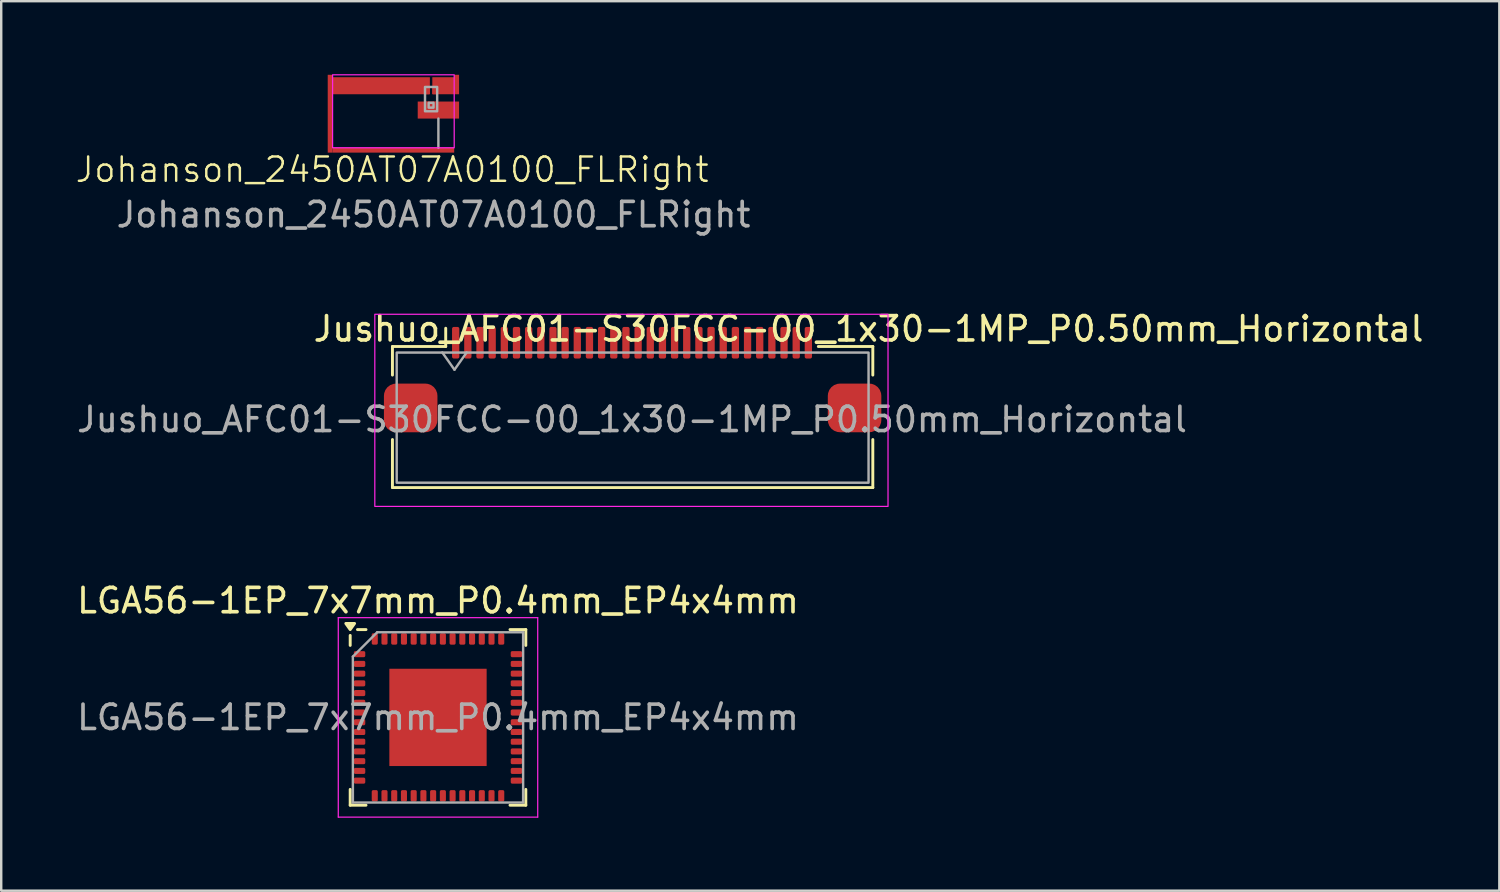
<source format=kicad_pcb>
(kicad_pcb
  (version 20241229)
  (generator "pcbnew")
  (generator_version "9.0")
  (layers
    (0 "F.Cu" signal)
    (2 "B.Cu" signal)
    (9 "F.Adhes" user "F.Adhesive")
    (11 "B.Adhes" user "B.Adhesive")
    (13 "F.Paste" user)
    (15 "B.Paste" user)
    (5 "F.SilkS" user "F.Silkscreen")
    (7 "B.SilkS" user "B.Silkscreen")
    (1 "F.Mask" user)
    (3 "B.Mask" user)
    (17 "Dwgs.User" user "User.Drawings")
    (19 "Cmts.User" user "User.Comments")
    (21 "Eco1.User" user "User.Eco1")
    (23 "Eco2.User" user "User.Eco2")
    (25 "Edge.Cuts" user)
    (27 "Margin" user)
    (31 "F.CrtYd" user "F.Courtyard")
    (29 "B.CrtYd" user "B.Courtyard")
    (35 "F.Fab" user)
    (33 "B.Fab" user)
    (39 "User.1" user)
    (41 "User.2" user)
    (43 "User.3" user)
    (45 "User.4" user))
  (footprint "Johanson_2450AT07A0100_FLRight"
    (layer "F.Cu")
    (at 14.674 1.025)
    (property "Reference" "Johanson_2450AT07A0100_FLRight" (at -1.6 2.9 0) (unlocked yes) (layer "F.SilkS") (effects (font (size 1 1) (thickness 0.1))))
    (attr smd)
    (fp_rect (start 0.95 -1) (end -4.05 2) (stroke (width 0.05) (type default)) (fill no) (layer "F.CrtYd"))
    (fp_line (start 0.3 0.8) (end 0.3 2) (stroke (width 0.1) (type default)) (layer "F.Fab"))
    (fp_rect (start -0.25 -0.5) (end 0.25 0.5) (stroke (width 0.1) (type default)) (fill no) (layer "F.Fab"))
    (fp_rect (start -0.1 0.15) (end 0.1 0.35) (stroke (width 0.1) (type default)) (fill no) (layer "F.Fab"))
    (fp_text user "${REFERENCE}" (at 0.1 4.75 0) (unlocked yes) (layer "F.Fab") (effects (font (size 1 1) (thickness 0.15))))
    (pad "1" smd roundrect (at -0.17 0.25) (size 0.24 0.3) (layers "F.Cu" "F.Mask" "F.Paste") (roundrect_rratio 0.15))
    (pad "1" smd roundrect (at 0.17 0.25) (size 0.24 0.3) (layers "F.Cu" "F.Mask" "F.Paste") (roundrect_rratio 0.15))
    (pad "1" smd rect (at 0.2 0.45) (size 1.5 0.7) (layers "F.Cu"))
    (pad "1" smd rect (at 1.05 0.45) (size 0.2 0.7) (layers "F.Cu"))
    (pad "2" smd rect (at -4.15 0.6 180) (size 0.2 3.2) (layers "F.Cu"))
    (pad "2" smd rect (at -2.05 -0.55) (size 4 0.7) (layers "F.Cu"))
    (pad "2" smd rect (at -1.55 2.1 90) (size 0.2 5) (layers "F.Cu"))
    (pad "2" smd roundrect (at -0.17 -0.35) (size 0.24 0.3) (layers "F.Cu" "F.Mask" "F.Paste") (roundrect_rratio 0.15))
    (pad "2" smd roundrect (at 0.17 -0.35) (size 0.24 0.3) (layers "F.Cu" "F.Mask" "F.Paste") (roundrect_rratio 0.15))
    (pad "2" smd rect (at 0.5 -0.55) (size 0.9 0.7) (layers "F.Cu"))
    (pad "2" smd rect (at 1.05 -0.6) (size 0.2 0.8) (layers "F.Cu"))
    (zone (net_name "") (layers "F.Cu" "B.Cu" "F.CrtYd") (hatch edge 0.5) (connect_pads) (min_thickness 0.25) (filled_areas_thickness no) (keepout (tracks allowed) (vias allowed) (pads allowed) (copperpour not_allowed) (footprints allowed)) (placement (enabled no)) (fill) (polygon (pts (xy 10.624 0.025) (xy 15.624 0.025) (xy 15.624 3.025) (xy 10.624 3.025)))))
  (footprint "LGA56-1EP_7x7mm_P0.4mm_EP4x4mm"
    (layer "F.Cu")
    (at 14.958 26.445)
    (property "Reference" "LGA56-1EP_7x7mm_P0.4mm_EP4x4mm" (at 0 -4.8 0) (layer "F.SilkS") (effects (font (size 1 1) (thickness 0.15))))
    (attr smd)
    (fp_line (start -3.61 -2.96) (end -3.61 -3.37) (stroke (width 0.12) (type solid)) (layer "F.SilkS"))
    (fp_line (start -3.61 3.61) (end -3.61 2.96) (stroke (width 0.12) (type solid)) (layer "F.SilkS"))
    (fp_line (start -2.96 -3.61) (end -3.31 -3.61) (stroke (width 0.12) (type solid)) (layer "F.SilkS"))
    (fp_line (start -2.96 3.61) (end -3.61 3.61) (stroke (width 0.12) (type solid)) (layer "F.SilkS"))
    (fp_line (start 2.96 -3.61) (end 3.61 -3.61) (stroke (width 0.12) (type solid)) (layer "F.SilkS"))
    (fp_line (start 2.96 3.61) (end 3.61 3.61) (stroke (width 0.12) (type solid)) (layer "F.SilkS"))
    (fp_line (start 3.61 -3.61) (end 3.61 -2.96) (stroke (width 0.12) (type solid)) (layer "F.SilkS"))
    (fp_line (start 3.61 3.61) (end 3.61 2.96) (stroke (width 0.12) (type solid)) (layer "F.SilkS"))
    (fp_poly (pts (xy -3.61 -3.61) (xy -3.79 -3.862) (xy -3.43 -3.862) (xy -3.61 -3.61)) (stroke (width 0.12) (type solid)) (fill yes) (layer "F.SilkS"))
    (fp_line (start -4.1 -4.1) (end -4.1 4.1) (stroke (width 0.05) (type solid)) (layer "F.CrtYd"))
    (fp_line (start -4.1 4.1) (end 4.1 4.1) (stroke (width 0.05) (type solid)) (layer "F.CrtYd"))
    (fp_line (start 4.1 -4.1) (end -4.1 -4.1) (stroke (width 0.05) (type solid)) (layer "F.CrtYd"))
    (fp_line (start 4.1 4.1) (end 4.1 -4.1) (stroke (width 0.05) (type solid)) (layer "F.CrtYd"))
    (fp_line (start -3.5 -2.5) (end -2.5 -3.5) (stroke (width 0.1) (type solid)) (layer "F.Fab"))
    (fp_line (start -3.5 3.5) (end -3.5 -2.5) (stroke (width 0.1) (type solid)) (layer "F.Fab"))
    (fp_line (start -2.5 -3.5) (end 3.5 -3.5) (stroke (width 0.1) (type solid)) (layer "F.Fab"))
    (fp_line (start 3.5 -3.5) (end 3.5 3.5) (stroke (width 0.1) (type solid)) (layer "F.Fab"))
    (fp_line (start 3.5 3.5) (end -3.5 3.5) (stroke (width 0.1) (type solid)) (layer "F.Fab"))
    (fp_text user "${REFERENCE}" (at 0 0 0) (layer "F.Fab") (effects (font (size 1 1) (thickness 0.15))))
    (pad "" smd roundrect (at -1.33 -1.33) (size 1.07 1.07) (layers "F.Paste") (roundrect_rratio 0.234))
    (pad "" smd roundrect (at -1.33 0) (size 1.07 1.07) (layers "F.Paste") (roundrect_rratio 0.234))
    (pad "" smd roundrect (at -1.33 1.33) (size 1.07 1.07) (layers "F.Paste") (roundrect_rratio 0.234))
    (pad "" smd roundrect (at 0 -1.33) (size 1.07 1.07) (layers "F.Paste") (roundrect_rratio 0.234))
    (pad "" smd roundrect (at 0 0) (size 1.07 1.07) (layers "F.Paste") (roundrect_rratio 0.234))
    (pad "" smd roundrect (at 0 1.33) (size 1.07 1.07) (layers "F.Paste") (roundrect_rratio 0.234))
    (pad "" smd roundrect (at 1.33 -1.33) (size 1.07 1.07) (layers "F.Paste") (roundrect_rratio 0.234))
    (pad "" smd roundrect (at 1.33 0) (size 1.07 1.07) (layers "F.Paste") (roundrect_rratio 0.234))
    (pad "" smd roundrect (at 1.33 1.33) (size 1.07 1.07) (layers "F.Paste") (roundrect_rratio 0.234))
    (pad "1" smd roundrect (at -3.225 -2.6) (size 0.47 0.25) (layers "F.Cu" "F.Mask" "F.Paste") (roundrect_rratio 0.25))
    (pad "2" smd roundrect (at -3.225 -2.2) (size 0.47 0.25) (layers "F.Cu" "F.Mask" "F.Paste") (roundrect_rratio 0.25))
    (pad "3" smd roundrect (at -3.225 -1.8) (size 0.47 0.25) (layers "F.Cu" "F.Mask" "F.Paste") (roundrect_rratio 0.25))
    (pad "4" smd roundrect (at -3.225 -1.4) (size 0.47 0.25) (layers "F.Cu" "F.Mask" "F.Paste") (roundrect_rratio 0.25))
    (pad "5" smd roundrect (at -3.225 -1) (size 0.47 0.25) (layers "F.Cu" "F.Mask" "F.Paste") (roundrect_rratio 0.25))
    (pad "6" smd roundrect (at -3.225 -0.6) (size 0.47 0.25) (layers "F.Cu" "F.Mask" "F.Paste") (roundrect_rratio 0.25))
    (pad "7" smd roundrect (at -3.225 -0.2) (size 0.47 0.25) (layers "F.Cu" "F.Mask" "F.Paste") (roundrect_rratio 0.25))
    (pad "8" smd roundrect (at -3.225 0.2) (size 0.47 0.25) (layers "F.Cu" "F.Mask" "F.Paste") (roundrect_rratio 0.25))
    (pad "9" smd roundrect (at -3.225 0.6) (size 0.47 0.25) (layers "F.Cu" "F.Mask" "F.Paste") (roundrect_rratio 0.25))
    (pad "10" smd roundrect (at -3.225 1) (size 0.47 0.25) (layers "F.Cu" "F.Mask" "F.Paste") (roundrect_rratio 0.25))
    (pad "11" smd roundrect (at -3.225 1.4) (size 0.47 0.25) (layers "F.Cu" "F.Mask" "F.Paste") (roundrect_rratio 0.25))
    (pad "12" smd roundrect (at -3.225 1.8) (size 0.47 0.25) (layers "F.Cu" "F.Mask" "F.Paste") (roundrect_rratio 0.25))
    (pad "13" smd roundrect (at -3.225 2.2) (size 0.47 0.25) (layers "F.Cu" "F.Mask" "F.Paste") (roundrect_rratio 0.25))
    (pad "14" smd roundrect (at -3.225 2.6) (size 0.47 0.25) (layers "F.Cu" "F.Mask" "F.Paste") (roundrect_rratio 0.25))
    (pad "15" smd roundrect (at -2.6 3.225) (size 0.25 0.47) (layers "F.Cu" "F.Mask" "F.Paste") (roundrect_rratio 0.25))
    (pad "16" smd roundrect (at -2.2 3.225) (size 0.25 0.47) (layers "F.Cu" "F.Mask" "F.Paste") (roundrect_rratio 0.25))
    (pad "17" smd roundrect (at -1.8 3.225) (size 0.25 0.47) (layers "F.Cu" "F.Mask" "F.Paste") (roundrect_rratio 0.25))
    (pad "18" smd roundrect (at -1.4 3.225) (size 0.25 0.47) (layers "F.Cu" "F.Mask" "F.Paste") (roundrect_rratio 0.25))
    (pad "19" smd roundrect (at -1 3.225) (size 0.25 0.47) (layers "F.Cu" "F.Mask" "F.Paste") (roundrect_rratio 0.25))
    (pad "20" smd roundrect (at -0.6 3.225) (size 0.25 0.47) (layers "F.Cu" "F.Mask" "F.Paste") (roundrect_rratio 0.25))
    (pad "21" smd roundrect (at -0.2 3.225) (size 0.25 0.47) (layers "F.Cu" "F.Mask" "F.Paste") (roundrect_rratio 0.25))
    (pad "22" smd roundrect (at 0.2 3.225) (size 0.25 0.47) (layers "F.Cu" "F.Mask" "F.Paste") (roundrect_rratio 0.25))
    (pad "23" smd roundrect (at 0.6 3.225) (size 0.25 0.47) (layers "F.Cu" "F.Mask" "F.Paste") (roundrect_rratio 0.25))
    (pad "24" smd roundrect (at 1 3.225) (size 0.25 0.47) (layers "F.Cu" "F.Mask" "F.Paste") (roundrect_rratio 0.25))
    (pad "25" smd roundrect (at 1.4 3.225) (size 0.25 0.47) (layers "F.Cu" "F.Mask" "F.Paste") (roundrect_rratio 0.25))
    (pad "26" smd roundrect (at 1.8 3.225) (size 0.25 0.47) (layers "F.Cu" "F.Mask" "F.Paste") (roundrect_rratio 0.25))
    (pad "27" smd roundrect (at 2.2 3.225) (size 0.25 0.47) (layers "F.Cu" "F.Mask" "F.Paste") (roundrect_rratio 0.25))
    (pad "28" smd roundrect (at 2.6 3.225) (size 0.25 0.47) (layers "F.Cu" "F.Mask" "F.Paste") (roundrect_rratio 0.25))
    (pad "29" smd roundrect (at 3.225 2.6) (size 0.47 0.25) (layers "F.Cu" "F.Mask" "F.Paste") (roundrect_rratio 0.25))
    (pad "30" smd roundrect (at 3.225 2.2) (size 0.47 0.25) (layers "F.Cu" "F.Mask" "F.Paste") (roundrect_rratio 0.25))
    (pad "31" smd roundrect (at 3.225 1.8) (size 0.47 0.25) (layers "F.Cu" "F.Mask" "F.Paste") (roundrect_rratio 0.25))
    (pad "32" smd roundrect (at 3.225 1.4) (size 0.47 0.25) (layers "F.Cu" "F.Mask" "F.Paste") (roundrect_rratio 0.25))
    (pad "33" smd roundrect (at 3.225 1) (size 0.47 0.25) (layers "F.Cu" "F.Mask" "F.Paste") (roundrect_rratio 0.25))
    (pad "34" smd roundrect (at 3.225 0.6) (size 0.47 0.25) (layers "F.Cu" "F.Mask" "F.Paste") (roundrect_rratio 0.25))
    (pad "35" smd roundrect (at 3.225 0.2) (size 0.47 0.25) (layers "F.Cu" "F.Mask" "F.Paste") (roundrect_rratio 0.25))
    (pad "36" smd roundrect (at 3.225 -0.2) (size 0.47 0.25) (layers "F.Cu" "F.Mask" "F.Paste") (roundrect_rratio 0.25))
    (pad "37" smd roundrect (at 3.225 -0.6) (size 0.47 0.25) (layers "F.Cu" "F.Mask" "F.Paste") (roundrect_rratio 0.25))
    (pad "38" smd roundrect (at 3.225 -1) (size 0.47 0.25) (layers "F.Cu" "F.Mask" "F.Paste") (roundrect_rratio 0.25))
    (pad "39" smd roundrect (at 3.225 -1.4) (size 0.47 0.25) (layers "F.Cu" "F.Mask" "F.Paste") (roundrect_rratio 0.25))
    (pad "40" smd roundrect (at 3.225 -1.8) (size 0.47 0.25) (layers "F.Cu" "F.Mask" "F.Paste") (roundrect_rratio 0.25))
    (pad "41" smd roundrect (at 3.225 -2.2) (size 0.47 0.25) (layers "F.Cu" "F.Mask" "F.Paste") (roundrect_rratio 0.25))
    (pad "42" smd roundrect (at 3.225 -2.6) (size 0.47 0.25) (layers "F.Cu" "F.Mask" "F.Paste") (roundrect_rratio 0.25))
    (pad "43" smd roundrect (at 2.6 -3.225) (size 0.25 0.47) (layers "F.Cu" "F.Mask" "F.Paste") (roundrect_rratio 0.25))
    (pad "44" smd roundrect (at 2.2 -3.225) (size 0.25 0.47) (layers "F.Cu" "F.Mask" "F.Paste") (roundrect_rratio 0.25))
    (pad "45" smd roundrect (at 1.8 -3.225) (size 0.25 0.47) (layers "F.Cu" "F.Mask" "F.Paste") (roundrect_rratio 0.25))
    (pad "46" smd roundrect (at 1.4 -3.225) (size 0.25 0.47) (layers "F.Cu" "F.Mask" "F.Paste") (roundrect_rratio 0.25))
    (pad "47" smd roundrect (at 1 -3.225) (size 0.25 0.47) (layers "F.Cu" "F.Mask" "F.Paste") (roundrect_rratio 0.25))
    (pad "48" smd roundrect (at 0.6 -3.225) (size 0.25 0.47) (layers "F.Cu" "F.Mask" "F.Paste") (roundrect_rratio 0.25))
    (pad "49" smd roundrect (at 0.2 -3.225) (size 0.25 0.47) (layers "F.Cu" "F.Mask" "F.Paste") (roundrect_rratio 0.25))
    (pad "50" smd roundrect (at -0.2 -3.225) (size 0.25 0.47) (layers "F.Cu" "F.Mask" "F.Paste") (roundrect_rratio 0.25))
    (pad "51" smd roundrect (at -0.6 -3.225) (size 0.25 0.47) (layers "F.Cu" "F.Mask" "F.Paste") (roundrect_rratio 0.25))
    (pad "52" smd roundrect (at -1 -3.225) (size 0.25 0.47) (layers "F.Cu" "F.Mask" "F.Paste") (roundrect_rratio 0.25))
    (pad "53" smd roundrect (at -1.4 -3.225) (size 0.25 0.47) (layers "F.Cu" "F.Mask" "F.Paste") (roundrect_rratio 0.25))
    (pad "54" smd roundrect (at -1.8 -3.225) (size 0.25 0.47) (layers "F.Cu" "F.Mask" "F.Paste") (roundrect_rratio 0.25))
    (pad "55" smd roundrect (at -2.2 -3.225) (size 0.25 0.47) (layers "F.Cu" "F.Mask" "F.Paste") (roundrect_rratio 0.25))
    (pad "56" smd roundrect (at -2.6 -3.225) (size 0.25 0.47) (layers "F.Cu" "F.Mask" "F.Paste") (roundrect_rratio 0.25))
    (pad "57" smd rect (at 0 0) (size 4 4) (property pad_prop_heatsink) (layers "F.Cu" "F.Mask")))
  (footprint "Jushuo_AFC01-S30FCC-00_1x30-1MP_P0.50mm_Horizontal"
    (layer "F.Cu")
    (at 22.96 14.121)
    (property "Reference" "Jushuo_AFC01-S30FCC-00_1x30-1MP_P0.50mm_Horizontal" (at 9.7 -3.65 0) (layer "F.SilkS") (effects (font (size 1 1) (thickness 0.15))))
    (attr smd)
    (fp_line (start -9.875 -2.925) (end -9.875 -1.75) (stroke (width 0.12) (type solid)) (layer "F.SilkS"))
    (fp_line (start -9.875 0.9) (end -9.875 2.875) (stroke (width 0.12) (type solid)) (layer "F.SilkS"))
    (fp_line (start -9.875 2.875) (end 9.875 2.875) (stroke (width 0.12) (type solid)) (layer "F.SilkS"))
    (fp_line (start -7.685 -2.925) (end -9.875 -2.925) (stroke (width 0.12) (type solid)) (layer "F.SilkS"))
    (fp_line (start -7.685 -2.925) (end -7.685 -3.675) (stroke (width 0.12) (type solid)) (layer "F.SilkS"))
    (fp_line (start 7.635 -2.925) (end 9.875 -2.925) (stroke (width 0.12) (type solid)) (layer "F.SilkS"))
    (fp_line (start 9.875 -2.925) (end 9.875 -1.75) (stroke (width 0.12) (type solid)) (layer "F.SilkS"))
    (fp_line (start 9.875 2.875) (end 9.875 0.9) (stroke (width 0.12) (type solid)) (layer "F.SilkS"))
    (fp_poly (pts (xy -10.6 3.65) (xy -10.6 -4.25) (xy 10.5 -4.25) (xy 10.5 3.65)) (stroke (width 0.05) (type solid)) (fill no) (layer "F.CrtYd"))
    (fp_line (start -7.825 -2.679) (end -7.325 -1.971) (stroke (width 0.1) (type solid)) (layer "F.Fab"))
    (fp_line (start -7.325 -1.971) (end -6.825 -2.679) (stroke (width 0.1) (type solid)) (layer "F.Fab"))
    (fp_rect (start -9.7 -2.675) (end 9.7 2.675) (stroke (width 0.1) (type default)) (fill no) (layer "F.Fab"))
    (fp_text user "${REFERENCE}" (at -0.025 0.075 0) (layer "F.Fab") (effects (font (size 1 1) (thickness 0.15))))
    (pad "1" smd roundrect (at -7.275 -3.08) (size 0.3 1.3) (layers "F.Cu" "F.Mask" "F.Paste") (roundrect_rratio 0.25))
    (pad "2" smd roundrect (at -6.775 -3.08) (size 0.3 1.3) (layers "F.Cu" "F.Mask" "F.Paste") (roundrect_rratio 0.25))
    (pad "3" smd roundrect (at -6.275 -3.08) (size 0.3 1.3) (layers "F.Cu" "F.Mask" "F.Paste") (roundrect_rratio 0.25))
    (pad "4" smd roundrect (at -5.775 -3.08) (size 0.3 1.3) (layers "F.Cu" "F.Mask" "F.Paste") (roundrect_rratio 0.25))
    (pad "5" smd roundrect (at -5.275 -3.08) (size 0.3 1.3) (layers "F.Cu" "F.Mask" "F.Paste") (roundrect_rratio 0.25))
    (pad "6" smd roundrect (at -4.775 -3.08) (size 0.3 1.3) (layers "F.Cu" "F.Mask" "F.Paste") (roundrect_rratio 0.25))
    (pad "7" smd roundrect (at -4.275 -3.08) (size 0.3 1.3) (layers "F.Cu" "F.Mask" "F.Paste") (roundrect_rratio 0.25))
    (pad "8" smd roundrect (at -3.775 -3.08) (size 0.3 1.3) (layers "F.Cu" "F.Mask" "F.Paste") (roundrect_rratio 0.25))
    (pad "9" smd roundrect (at -3.275 -3.08) (size 0.3 1.3) (layers "F.Cu" "F.Mask" "F.Paste") (roundrect_rratio 0.25))
    (pad "10" smd roundrect (at -2.775 -3.08) (size 0.3 1.3) (layers "F.Cu" "F.Mask" "F.Paste") (roundrect_rratio 0.25))
    (pad "11" smd roundrect (at -2.275 -3.08) (size 0.3 1.3) (layers "F.Cu" "F.Mask" "F.Paste") (roundrect_rratio 0.25))
    (pad "12" smd roundrect (at -1.775 -3.08) (size 0.3 1.3) (layers "F.Cu" "F.Mask" "F.Paste") (roundrect_rratio 0.25))
    (pad "13" smd roundrect (at -1.275 -3.08) (size 0.3 1.3) (layers "F.Cu" "F.Mask" "F.Paste") (roundrect_rratio 0.25))
    (pad "14" smd roundrect (at -0.775 -3.08) (size 0.3 1.3) (layers "F.Cu" "F.Mask" "F.Paste") (roundrect_rratio 0.25))
    (pad "15" smd roundrect (at -0.275 -3.08) (size 0.3 1.3) (layers "F.Cu" "F.Mask" "F.Paste") (roundrect_rratio 0.25))
    (pad "16" smd roundrect (at 0.225 -3.08) (size 0.3 1.3) (layers "F.Cu" "F.Mask" "F.Paste") (roundrect_rratio 0.25))
    (pad "17" smd roundrect (at 0.725 -3.08) (size 0.3 1.3) (layers "F.Cu" "F.Mask" "F.Paste") (roundrect_rratio 0.25))
    (pad "18" smd roundrect (at 1.225 -3.08) (size 0.3 1.3) (layers "F.Cu" "F.Mask" "F.Paste") (roundrect_rratio 0.25))
    (pad "19" smd roundrect (at 1.725 -3.08) (size 0.3 1.3) (layers "F.Cu" "F.Mask" "F.Paste") (roundrect_rratio 0.25))
    (pad "20" smd roundrect (at 2.225 -3.08) (size 0.3 1.3) (layers "F.Cu" "F.Mask" "F.Paste") (roundrect_rratio 0.25))
    (pad "21" smd roundrect (at 2.725 -3.08) (size 0.3 1.3) (layers "F.Cu" "F.Mask" "F.Paste") (roundrect_rratio 0.25))
    (pad "22" smd roundrect (at 3.225 -3.08) (size 0.3 1.3) (layers "F.Cu" "F.Mask" "F.Paste") (roundrect_rratio 0.25))
    (pad "23" smd roundrect (at 3.725 -3.08) (size 0.3 1.3) (layers "F.Cu" "F.Mask" "F.Paste") (roundrect_rratio 0.25))
    (pad "24" smd roundrect (at 4.225 -3.08) (size 0.3 1.3) (layers "F.Cu" "F.Mask" "F.Paste") (roundrect_rratio 0.25))
    (pad "25" smd roundrect (at 4.725 -3.08) (size 0.3 1.3) (layers "F.Cu" "F.Mask" "F.Paste") (roundrect_rratio 0.25))
    (pad "26" smd roundrect (at 5.225 -3.08) (size 0.3 1.3) (layers "F.Cu" "F.Mask" "F.Paste") (roundrect_rratio 0.25))
    (pad "27" smd roundrect (at 5.725 -3.08) (size 0.3 1.3) (layers "F.Cu" "F.Mask" "F.Paste") (roundrect_rratio 0.25))
    (pad "28" smd roundrect (at 6.225 -3.08) (size 0.3 1.3) (layers "F.Cu" "F.Mask" "F.Paste") (roundrect_rratio 0.25))
    (pad "29" smd roundrect (at 6.725 -3.08) (size 0.3 1.3) (layers "F.Cu" "F.Mask" "F.Paste") (roundrect_rratio 0.25))
    (pad "30" smd roundrect (at 7.225 -3.08) (size 0.3 1.3) (layers "F.Cu" "F.Mask" "F.Paste") (roundrect_rratio 0.25))
    (pad "MP" smd roundrect (at -9.125 -0.4) (size 2.2 2) (layers "F.Cu" "F.Mask" "F.Paste") (roundrect_rratio 0.25))
    (pad "MP" smd roundrect (at 9.125 -0.4) (size 2.2 2) (layers "F.Cu" "F.Mask" "F.Paste") (roundrect_rratio 0.25)))
  (gr_rect
    (start -3 -3)
    (end 58.594 33.57)
    (stroke (width 0.1) (type default))
    (fill no)
    (layer "Edge.Cuts")))
</source>
